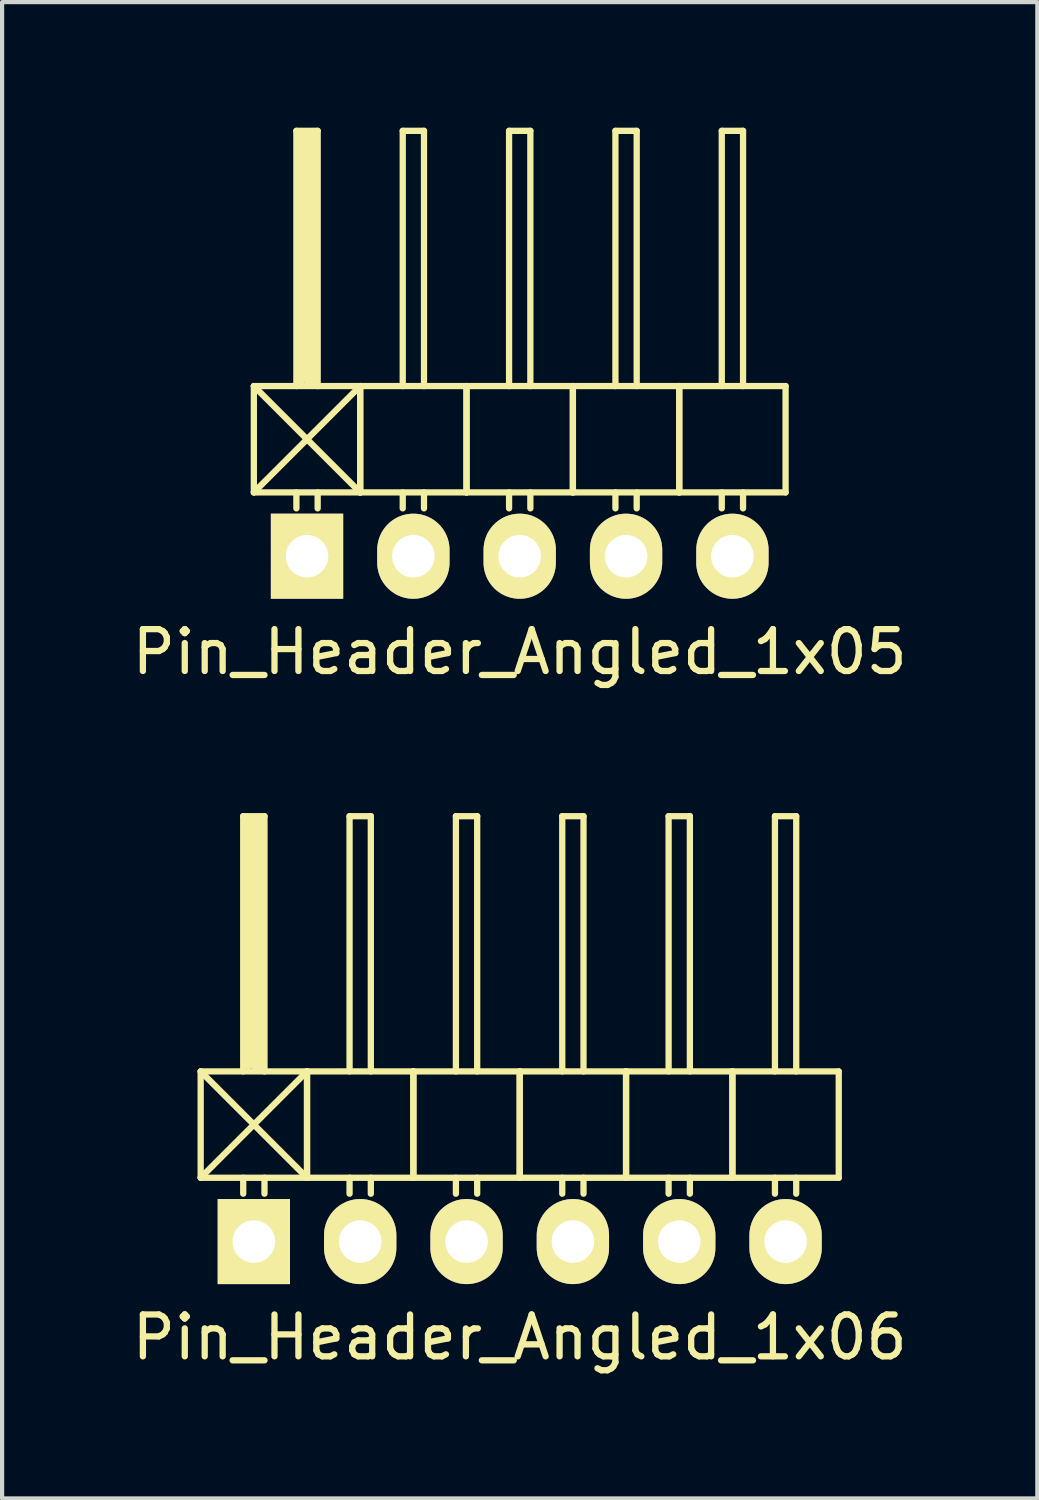
<source format=kicad_pcb>
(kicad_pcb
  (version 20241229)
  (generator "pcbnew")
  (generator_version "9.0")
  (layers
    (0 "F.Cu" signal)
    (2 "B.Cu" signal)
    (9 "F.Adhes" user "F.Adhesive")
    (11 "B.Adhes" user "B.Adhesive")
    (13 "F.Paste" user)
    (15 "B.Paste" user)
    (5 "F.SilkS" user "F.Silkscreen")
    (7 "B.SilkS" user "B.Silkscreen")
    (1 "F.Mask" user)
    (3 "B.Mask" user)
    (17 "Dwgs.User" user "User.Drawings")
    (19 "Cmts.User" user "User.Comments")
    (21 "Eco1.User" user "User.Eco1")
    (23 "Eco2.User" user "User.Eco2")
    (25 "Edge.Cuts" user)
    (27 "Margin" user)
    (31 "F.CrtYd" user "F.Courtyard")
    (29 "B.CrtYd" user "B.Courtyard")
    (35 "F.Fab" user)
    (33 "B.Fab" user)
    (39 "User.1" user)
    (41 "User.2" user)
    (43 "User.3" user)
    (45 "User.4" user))
  (footprint "Pin_Header_Angled_1x05"
    (layer "F.Cu")
    (at 9.363 10.235)
    (property "Reference" "Pin_Header_Angled_1x05" (at 0 2.286 0) (layer "F.SilkS") (effects (font (size 1 1) (thickness 0.15))))
    (attr through_hole)
    (fp_line (start -6.35 -4.064) (end -3.81 -1.524) (stroke (width 0.15) (type solid)) (layer "F.SilkS"))
    (fp_line (start -6.35 -1.524) (end -6.35 -4.064) (stroke (width 0.15) (type solid)) (layer "F.SilkS"))
    (fp_line (start -6.35 -1.524) (end -3.81 -1.524) (stroke (width 0.15) (type solid)) (layer "F.SilkS"))
    (fp_line (start -5.334 -10.16) (end -4.826 -10.16) (stroke (width 0.15) (type solid)) (layer "F.SilkS"))
    (fp_line (start -5.334 -4.064) (end -5.334 -10.16) (stroke (width 0.15) (type solid)) (layer "F.SilkS"))
    (fp_line (start -5.334 -1.524) (end -5.334 -1.143) (stroke (width 0.15) (type solid)) (layer "F.SilkS"))
    (fp_line (start -5.207 -10.033) (end -4.953 -10.033) (stroke (width 0.15) (type solid)) (layer "F.SilkS"))
    (fp_line (start -5.207 -4.191) (end -5.207 -10.033) (stroke (width 0.15) (type solid)) (layer "F.SilkS"))
    (fp_line (start -5.08 -4.191) (end -5.08 -10.033) (stroke (width 0.15) (type solid)) (layer "F.SilkS"))
    (fp_line (start -4.953 -10.033) (end -4.953 -4.191) (stroke (width 0.15) (type solid)) (layer "F.SilkS"))
    (fp_line (start -4.953 -4.191) (end -5.08 -4.191) (stroke (width 0.15) (type solid)) (layer "F.SilkS"))
    (fp_line (start -4.826 -10.16) (end -4.826 -4.064) (stroke (width 0.15) (type solid)) (layer "F.SilkS"))
    (fp_line (start -4.826 -1.524) (end -4.826 -1.143) (stroke (width 0.15) (type solid)) (layer "F.SilkS"))
    (fp_line (start -3.81 -4.064) (end -6.35 -4.064) (stroke (width 0.15) (type solid)) (layer "F.SilkS"))
    (fp_line (start -3.81 -4.064) (end -6.35 -1.524) (stroke (width 0.15) (type solid)) (layer "F.SilkS"))
    (fp_line (start -3.81 -1.524) (end -3.81 -4.064) (stroke (width 0.15) (type solid)) (layer "F.SilkS"))
    (fp_line (start -3.81 -1.524) (end -3.81 -4.064) (stroke (width 0.15) (type solid)) (layer "F.SilkS"))
    (fp_line (start -3.81 -1.524) (end -1.27 -1.524) (stroke (width 0.15) (type solid)) (layer "F.SilkS"))
    (fp_line (start -2.794 -10.16) (end -2.286 -10.16) (stroke (width 0.15) (type solid)) (layer "F.SilkS"))
    (fp_line (start -2.794 -4.064) (end -2.794 -10.16) (stroke (width 0.15) (type solid)) (layer "F.SilkS"))
    (fp_line (start -2.794 -1.524) (end -2.794 -1.143) (stroke (width 0.15) (type solid)) (layer "F.SilkS"))
    (fp_line (start -2.286 -10.16) (end -2.286 -4.064) (stroke (width 0.15) (type solid)) (layer "F.SilkS"))
    (fp_line (start -2.286 -1.524) (end -2.286 -1.143) (stroke (width 0.15) (type solid)) (layer "F.SilkS"))
    (fp_line (start -1.27 -4.064) (end -3.81 -4.064) (stroke (width 0.15) (type solid)) (layer "F.SilkS"))
    (fp_line (start -1.27 -1.524) (end -1.27 -4.064) (stroke (width 0.15) (type solid)) (layer "F.SilkS"))
    (fp_line (start -1.27 -1.524) (end -1.27 -4.064) (stroke (width 0.15) (type solid)) (layer "F.SilkS"))
    (fp_line (start -1.27 -1.524) (end 1.27 -1.524) (stroke (width 0.15) (type solid)) (layer "F.SilkS"))
    (fp_line (start -0.254 -10.16) (end 0.254 -10.16) (stroke (width 0.15) (type solid)) (layer "F.SilkS"))
    (fp_line (start -0.254 -4.064) (end -0.254 -10.16) (stroke (width 0.15) (type solid)) (layer "F.SilkS"))
    (fp_line (start -0.254 -1.524) (end -0.254 -1.143) (stroke (width 0.15) (type solid)) (layer "F.SilkS"))
    (fp_line (start 0.254 -10.16) (end 0.254 -4.064) (stroke (width 0.15) (type solid)) (layer "F.SilkS"))
    (fp_line (start 0.254 -1.524) (end 0.254 -1.143) (stroke (width 0.15) (type solid)) (layer "F.SilkS"))
    (fp_line (start 1.27 -4.064) (end -1.27 -4.064) (stroke (width 0.15) (type solid)) (layer "F.SilkS"))
    (fp_line (start 1.27 -1.524) (end 1.27 -4.064) (stroke (width 0.15) (type solid)) (layer "F.SilkS"))
    (fp_line (start 1.27 -1.524) (end 1.27 -4.064) (stroke (width 0.15) (type solid)) (layer "F.SilkS"))
    (fp_line (start 1.27 -1.524) (end 3.81 -1.524) (stroke (width 0.15) (type solid)) (layer "F.SilkS"))
    (fp_line (start 2.286 -10.16) (end 2.794 -10.16) (stroke (width 0.15) (type solid)) (layer "F.SilkS"))
    (fp_line (start 2.286 -4.064) (end 2.286 -10.16) (stroke (width 0.15) (type solid)) (layer "F.SilkS"))
    (fp_line (start 2.286 -1.524) (end 2.286 -1.143) (stroke (width 0.15) (type solid)) (layer "F.SilkS"))
    (fp_line (start 2.794 -10.16) (end 2.794 -4.064) (stroke (width 0.15) (type solid)) (layer "F.SilkS"))
    (fp_line (start 2.794 -1.524) (end 2.794 -1.143) (stroke (width 0.15) (type solid)) (layer "F.SilkS"))
    (fp_line (start 3.81 -4.064) (end 1.27 -4.064) (stroke (width 0.15) (type solid)) (layer "F.SilkS"))
    (fp_line (start 3.81 -1.524) (end 3.81 -4.064) (stroke (width 0.15) (type solid)) (layer "F.SilkS"))
    (fp_line (start 3.81 -1.524) (end 3.81 -4.064) (stroke (width 0.15) (type solid)) (layer "F.SilkS"))
    (fp_line (start 3.81 -1.524) (end 6.35 -1.524) (stroke (width 0.15) (type solid)) (layer "F.SilkS"))
    (fp_line (start 4.826 -10.16) (end 5.334 -10.16) (stroke (width 0.15) (type solid)) (layer "F.SilkS"))
    (fp_line (start 4.826 -4.064) (end 4.826 -10.16) (stroke (width 0.15) (type solid)) (layer "F.SilkS"))
    (fp_line (start 4.826 -1.524) (end 4.826 -1.143) (stroke (width 0.15) (type solid)) (layer "F.SilkS"))
    (fp_line (start 5.334 -10.16) (end 5.334 -4.064) (stroke (width 0.15) (type solid)) (layer "F.SilkS"))
    (fp_line (start 5.334 -1.524) (end 5.334 -1.143) (stroke (width 0.15) (type solid)) (layer "F.SilkS"))
    (fp_line (start 6.35 -4.064) (end 3.81 -4.064) (stroke (width 0.15) (type solid)) (layer "F.SilkS"))
    (fp_line (start 6.35 -1.524) (end 6.35 -4.064) (stroke (width 0.15) (type solid)) (layer "F.SilkS"))
    (pad "1" thru_hole rect (at -5.08 0) (size 1.727 2.032) (drill 1.016) (layers "*.Cu" "*.Mask" "F.SilkS"))
    (pad "2" thru_hole oval (at -2.54 0) (size 1.727 2.032) (drill 1.016) (layers "*.Cu" "*.Mask" "F.SilkS"))
    (pad "3" thru_hole oval (at 0 0) (size 1.727 2.032) (drill 1.016) (layers "*.Cu" "*.Mask" "F.SilkS"))
    (pad "4" thru_hole oval (at 2.54 0) (size 1.727 2.032) (drill 1.016) (layers "*.Cu" "*.Mask" "F.SilkS"))
    (pad "5" thru_hole oval (at 5.08 0) (size 1.727 2.032) (drill 1.016) (layers "*.Cu" "*.Mask" "F.SilkS")))
  (footprint "Pin_Header_Angled_1x06"
    (layer "F.Cu")
    (at 9.363 26.604)
    (property "Reference" "Pin_Header_Angled_1x06" (at 0 2.286 0) (layer "F.SilkS") (effects (font (size 1 1) (thickness 0.15))))
    (attr through_hole)
    (fp_line (start -7.62 -4.064) (end -5.08 -1.524) (stroke (width 0.15) (type solid)) (layer "F.SilkS"))
    (fp_line (start -7.62 -1.524) (end -7.62 -4.064) (stroke (width 0.15) (type solid)) (layer "F.SilkS"))
    (fp_line (start -7.62 -1.524) (end -5.08 -1.524) (stroke (width 0.15) (type solid)) (layer "F.SilkS"))
    (fp_line (start -6.604 -10.16) (end -6.096 -10.16) (stroke (width 0.15) (type solid)) (layer "F.SilkS"))
    (fp_line (start -6.604 -4.064) (end -6.604 -10.16) (stroke (width 0.15) (type solid)) (layer "F.SilkS"))
    (fp_line (start -6.604 -1.524) (end -6.604 -1.143) (stroke (width 0.15) (type solid)) (layer "F.SilkS"))
    (fp_line (start -6.477 -10.033) (end -6.223 -10.033) (stroke (width 0.15) (type solid)) (layer "F.SilkS"))
    (fp_line (start -6.477 -4.191) (end -6.477 -10.033) (stroke (width 0.15) (type solid)) (layer "F.SilkS"))
    (fp_line (start -6.35 -4.191) (end -6.35 -10.033) (stroke (width 0.15) (type solid)) (layer "F.SilkS"))
    (fp_line (start -6.223 -10.033) (end -6.223 -4.191) (stroke (width 0.15) (type solid)) (layer "F.SilkS"))
    (fp_line (start -6.223 -4.191) (end -6.35 -4.191) (stroke (width 0.15) (type solid)) (layer "F.SilkS"))
    (fp_line (start -6.096 -10.16) (end -6.096 -4.064) (stroke (width 0.15) (type solid)) (layer "F.SilkS"))
    (fp_line (start -6.096 -1.524) (end -6.096 -1.143) (stroke (width 0.15) (type solid)) (layer "F.SilkS"))
    (fp_line (start -5.08 -4.064) (end -7.62 -4.064) (stroke (width 0.15) (type solid)) (layer "F.SilkS"))
    (fp_line (start -5.08 -4.064) (end -7.62 -1.524) (stroke (width 0.15) (type solid)) (layer "F.SilkS"))
    (fp_line (start -5.08 -1.524) (end -5.08 -4.064) (stroke (width 0.15) (type solid)) (layer "F.SilkS"))
    (fp_line (start -5.08 -1.524) (end -5.08 -4.064) (stroke (width 0.15) (type solid)) (layer "F.SilkS"))
    (fp_line (start -5.08 -1.524) (end -2.54 -1.524) (stroke (width 0.15) (type solid)) (layer "F.SilkS"))
    (fp_line (start -4.064 -10.16) (end -3.556 -10.16) (stroke (width 0.15) (type solid)) (layer "F.SilkS"))
    (fp_line (start -4.064 -4.064) (end -4.064 -10.16) (stroke (width 0.15) (type solid)) (layer "F.SilkS"))
    (fp_line (start -4.064 -1.524) (end -4.064 -1.143) (stroke (width 0.15) (type solid)) (layer "F.SilkS"))
    (fp_line (start -3.556 -10.16) (end -3.556 -4.064) (stroke (width 0.15) (type solid)) (layer "F.SilkS"))
    (fp_line (start -3.556 -1.524) (end -3.556 -1.143) (stroke (width 0.15) (type solid)) (layer "F.SilkS"))
    (fp_line (start -2.54 -4.064) (end -5.08 -4.064) (stroke (width 0.15) (type solid)) (layer "F.SilkS"))
    (fp_line (start -2.54 -1.524) (end -2.54 -4.064) (stroke (width 0.15) (type solid)) (layer "F.SilkS"))
    (fp_line (start -2.54 -1.524) (end -2.54 -4.064) (stroke (width 0.15) (type solid)) (layer "F.SilkS"))
    (fp_line (start -2.54 -1.524) (end 0 -1.524) (stroke (width 0.15) (type solid)) (layer "F.SilkS"))
    (fp_line (start -1.524 -10.16) (end -1.016 -10.16) (stroke (width 0.15) (type solid)) (layer "F.SilkS"))
    (fp_line (start -1.524 -4.064) (end -1.524 -10.16) (stroke (width 0.15) (type solid)) (layer "F.SilkS"))
    (fp_line (start -1.524 -1.524) (end -1.524 -1.143) (stroke (width 0.15) (type solid)) (layer "F.SilkS"))
    (fp_line (start -1.016 -10.16) (end -1.016 -4.064) (stroke (width 0.15) (type solid)) (layer "F.SilkS"))
    (fp_line (start -1.016 -1.524) (end -1.016 -1.143) (stroke (width 0.15) (type solid)) (layer "F.SilkS"))
    (fp_line (start 0 -4.064) (end -2.54 -4.064) (stroke (width 0.15) (type solid)) (layer "F.SilkS"))
    (fp_line (start 0 -1.524) (end 0 -4.064) (stroke (width 0.15) (type solid)) (layer "F.SilkS"))
    (fp_line (start 0 -1.524) (end 0 -4.064) (stroke (width 0.15) (type solid)) (layer "F.SilkS"))
    (fp_line (start 0 -1.524) (end 2.54 -1.524) (stroke (width 0.15) (type solid)) (layer "F.SilkS"))
    (fp_line (start 1.016 -10.16) (end 1.524 -10.16) (stroke (width 0.15) (type solid)) (layer "F.SilkS"))
    (fp_line (start 1.016 -4.064) (end 1.016 -10.16) (stroke (width 0.15) (type solid)) (layer "F.SilkS"))
    (fp_line (start 1.016 -1.524) (end 1.016 -1.143) (stroke (width 0.15) (type solid)) (layer "F.SilkS"))
    (fp_line (start 1.524 -10.16) (end 1.524 -4.064) (stroke (width 0.15) (type solid)) (layer "F.SilkS"))
    (fp_line (start 1.524 -1.524) (end 1.524 -1.143) (stroke (width 0.15) (type solid)) (layer "F.SilkS"))
    (fp_line (start 2.54 -4.064) (end 0 -4.064) (stroke (width 0.15) (type solid)) (layer "F.SilkS"))
    (fp_line (start 2.54 -1.524) (end 2.54 -4.064) (stroke (width 0.15) (type solid)) (layer "F.SilkS"))
    (fp_line (start 2.54 -1.524) (end 2.54 -4.064) (stroke (width 0.15) (type solid)) (layer "F.SilkS"))
    (fp_line (start 2.54 -1.524) (end 5.08 -1.524) (stroke (width 0.15) (type solid)) (layer "F.SilkS"))
    (fp_line (start 3.556 -10.16) (end 4.064 -10.16) (stroke (width 0.15) (type solid)) (layer "F.SilkS"))
    (fp_line (start 3.556 -4.064) (end 3.556 -10.16) (stroke (width 0.15) (type solid)) (layer "F.SilkS"))
    (fp_line (start 3.556 -1.524) (end 3.556 -1.143) (stroke (width 0.15) (type solid)) (layer "F.SilkS"))
    (fp_line (start 4.064 -10.16) (end 4.064 -4.064) (stroke (width 0.15) (type solid)) (layer "F.SilkS"))
    (fp_line (start 4.064 -1.524) (end 4.064 -1.143) (stroke (width 0.15) (type solid)) (layer "F.SilkS"))
    (fp_line (start 5.08 -4.064) (end 2.54 -4.064) (stroke (width 0.15) (type solid)) (layer "F.SilkS"))
    (fp_line (start 5.08 -1.524) (end 5.08 -4.064) (stroke (width 0.15) (type solid)) (layer "F.SilkS"))
    (fp_line (start 5.08 -1.524) (end 5.08 -4.064) (stroke (width 0.15) (type solid)) (layer "F.SilkS"))
    (fp_line (start 5.08 -1.524) (end 7.62 -1.524) (stroke (width 0.15) (type solid)) (layer "F.SilkS"))
    (fp_line (start 6.096 -10.16) (end 6.604 -10.16) (stroke (width 0.15) (type solid)) (layer "F.SilkS"))
    (fp_line (start 6.096 -4.064) (end 6.096 -10.16) (stroke (width 0.15) (type solid)) (layer "F.SilkS"))
    (fp_line (start 6.096 -1.524) (end 6.096 -1.143) (stroke (width 0.15) (type solid)) (layer "F.SilkS"))
    (fp_line (start 6.604 -10.16) (end 6.604 -4.064) (stroke (width 0.15) (type solid)) (layer "F.SilkS"))
    (fp_line (start 6.604 -1.524) (end 6.604 -1.143) (stroke (width 0.15) (type solid)) (layer "F.SilkS"))
    (fp_line (start 7.62 -4.064) (end 5.08 -4.064) (stroke (width 0.15) (type solid)) (layer "F.SilkS"))
    (fp_line (start 7.62 -1.524) (end 7.62 -4.064) (stroke (width 0.15) (type solid)) (layer "F.SilkS"))
    (pad "1" thru_hole rect (at -6.35 0) (size 1.727 2.032) (drill 1.016) (layers "*.Cu" "*.Mask" "F.SilkS"))
    (pad "2" thru_hole oval (at -3.81 0) (size 1.727 2.032) (drill 1.016) (layers "*.Cu" "*.Mask" "F.SilkS"))
    (pad "3" thru_hole oval (at -1.27 0) (size 1.727 2.032) (drill 1.016) (layers "*.Cu" "*.Mask" "F.SilkS"))
    (pad "4" thru_hole oval (at 1.27 0) (size 1.727 2.032) (drill 1.016) (layers "*.Cu" "*.Mask" "F.SilkS"))
    (pad "5" thru_hole oval (at 3.81 0) (size 1.727 2.032) (drill 1.016) (layers "*.Cu" "*.Mask" "F.SilkS"))
    (pad "6" thru_hole oval (at 6.35 0) (size 1.727 2.032) (drill 1.016) (layers "*.Cu" "*.Mask" "F.SilkS")))
  (gr_rect
    (start -3 -3)
    (end 21.726 32.739)
    (stroke (width 0.1) (type default))
    (fill no)
    (layer "Edge.Cuts")))
</source>
